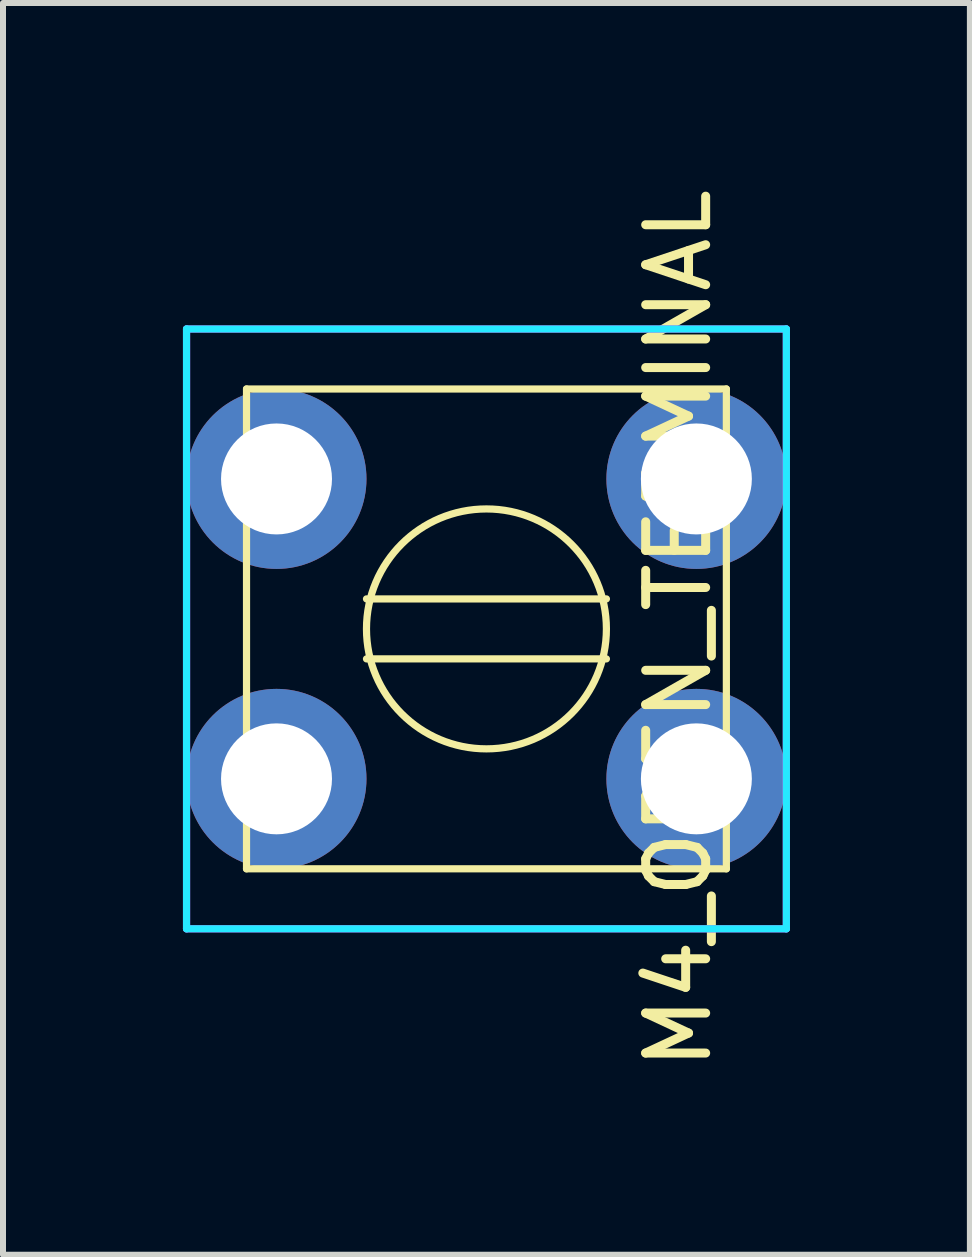
<source format=kicad_pcb>
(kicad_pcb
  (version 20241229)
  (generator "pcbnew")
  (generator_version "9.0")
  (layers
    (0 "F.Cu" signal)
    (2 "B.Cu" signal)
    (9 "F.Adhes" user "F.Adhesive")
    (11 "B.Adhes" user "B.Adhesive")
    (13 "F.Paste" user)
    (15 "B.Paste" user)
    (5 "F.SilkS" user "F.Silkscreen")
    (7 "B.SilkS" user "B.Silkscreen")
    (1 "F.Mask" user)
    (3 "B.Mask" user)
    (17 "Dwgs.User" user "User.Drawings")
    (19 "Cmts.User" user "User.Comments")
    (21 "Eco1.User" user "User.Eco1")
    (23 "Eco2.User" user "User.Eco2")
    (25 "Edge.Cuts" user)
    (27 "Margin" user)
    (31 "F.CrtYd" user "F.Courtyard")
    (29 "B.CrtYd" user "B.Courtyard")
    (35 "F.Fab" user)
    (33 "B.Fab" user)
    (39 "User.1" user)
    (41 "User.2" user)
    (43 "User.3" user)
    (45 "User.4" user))
  (footprint "M4_OPEN_TERMINAL"
    (layer "F.Cu")
    (at 5.06 7.435)
    (property "Reference" "M4_OPEN_TERMINAL" (at 3.2 0 270) (layer "F.SilkS") (effects (font (size 1 1) (thickness 0.15))))
    (attr through_hole)
    (fp_line (start -4 -4) (end 4 -4) (stroke (width 0.12) (type solid)) (layer "F.SilkS"))
    (fp_line (start -4 4) (end -4 -4) (stroke (width 0.12) (type solid)) (layer "F.SilkS"))
    (fp_line (start -2 -0.5) (end 2 -0.5) (stroke (width 0.12) (type solid)) (layer "F.SilkS"))
    (fp_line (start -2 0.5) (end 2 0.5) (stroke (width 0.12) (type solid)) (layer "F.SilkS"))
    (fp_line (start 4 -4) (end 4 4) (stroke (width 0.12) (type solid)) (layer "F.SilkS"))
    (fp_line (start 4 4) (end -4 4) (stroke (width 0.12) (type solid)) (layer "F.SilkS"))
    (fp_circle (center 0 0) (end 2 0) (stroke (width 0.12) (type solid)) (fill no) (layer "F.SilkS"))
    (fp_line (start -5 -5) (end 5 -5) (stroke (width 0.12) (type solid)) (layer "B.CrtYd"))
    (fp_line (start -5 5) (end -5 -5) (stroke (width 0.12) (type solid)) (layer "B.CrtYd"))
    (fp_line (start 5 -5) (end 5 5) (stroke (width 0.12) (type solid)) (layer "B.CrtYd"))
    (fp_line (start 5 5) (end -5 5) (stroke (width 0.12) (type solid)) (layer "B.CrtYd"))
    (fp_line (start -5 -5) (end 5 -5) (stroke (width 0.12) (type solid)) (layer "F.CrtYd"))
    (fp_line (start -5 5) (end -5 -5) (stroke (width 0.12) (type solid)) (layer "F.CrtYd"))
    (fp_line (start 5 -5) (end 5 5) (stroke (width 0.12) (type solid)) (layer "F.CrtYd"))
    (fp_line (start 5 5) (end -5 5) (stroke (width 0.12) (type solid)) (layer "F.CrtYd"))
    (pad "1" thru_hole circle (at -3.5 -2.5) (size 3 3) (drill 1.85) (layers "*.Cu" "*.Mask"))
    (pad "1" thru_hole circle (at -3.5 2.5) (size 3 3) (drill 1.85) (layers "*.Cu" "*.Mask"))
    (pad "1" thru_hole circle (at 3.5 -2.5) (size 3 3) (drill 1.85) (layers "*.Cu" "*.Mask"))
    (pad "1" thru_hole circle (at 3.5 2.5) (size 3 3) (drill 1.85) (layers "*.Cu" "*.Mask")))
  (gr_rect
    (start -3 -3)
    (end 13.12 17.869)
    (stroke (width 0.1) (type default))
    (fill no)
    (layer "Edge.Cuts")))
</source>
